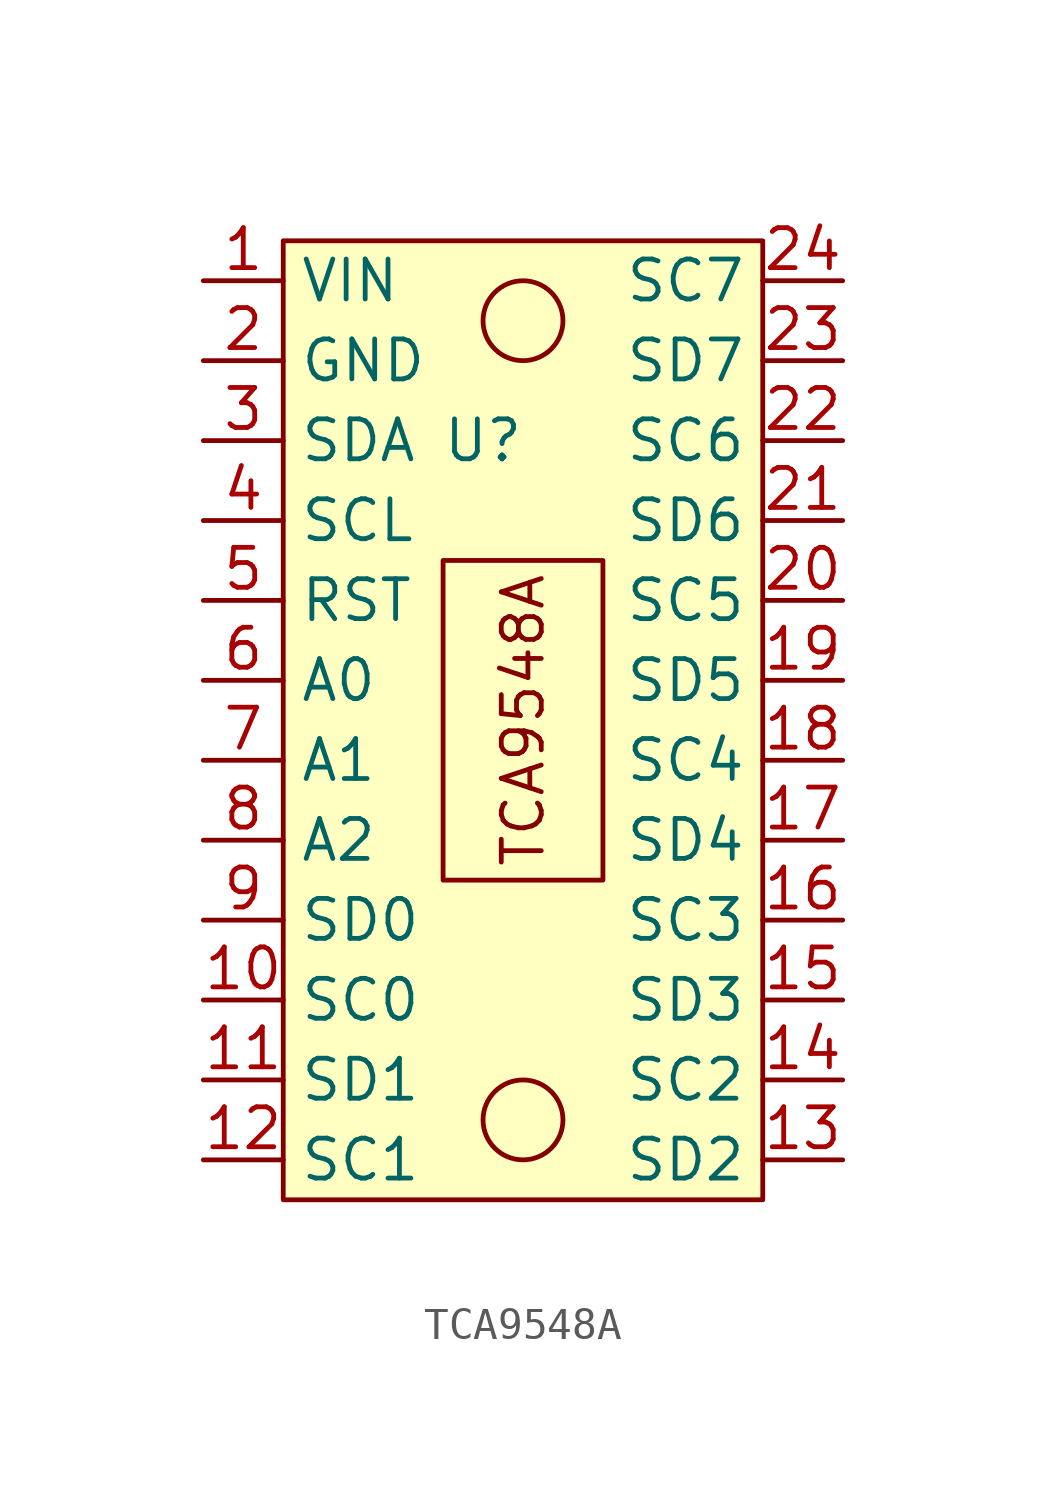
<source format=kicad_sym>
(kicad_symbol_lib
  (version 20220914)
  (generator kicad_symbol_editor)
  (symbol "TCA9548A"
    (property "Reference" "U"
      (at 6.35 -6.35 0)
      (effects (font (size 1.27 1.27))))
    (property "Value" ""
      (at 0 0 0)
      (effects (font (size 1.27 1.27))))
    (symbol "TCA9548A_0_1"
      (rectangle (start 5.08 -10.16) (end 10.16 -20.32) (stroke (width 0) (type default)) (fill (type none)))
      (circle (center 7.62 -27.94) (radius 1.27) (stroke (width 0) (type default)) (fill (type none)))
      (circle (center 7.62 -2.54) (radius 1.27) (stroke (width 0) (type default)) (fill (type none))))
    (symbol "TCA9548A_1_1"
      (rectangle (start 0 0) (end 15.24 -30.48) (stroke (width 0) (type default)) (fill (type background)))
      (text "TCA9548A" (at 7.62 -15.24 900) (effects (font (size 1.27 1.27))))
      (pin power_in line (at -2.54 -1.27 0) (length 2.54) (name "VIN" (effects (font (size 1.27 1.27)))) (number "1" (effects (font (size 1.27 1.27)))))
      (pin bidirectional line (at -2.54 -24.13 0) (length 2.54) (name "SC0" (effects (font (size 1.27 1.27)))) (number "10" (effects (font (size 1.27 1.27)))))
      (pin bidirectional line (at -2.54 -26.67 0) (length 2.54) (name "SD1" (effects (font (size 1.27 1.27)))) (number "11" (effects (font (size 1.27 1.27)))))
      (pin bidirectional line (at -2.54 -29.21 0) (length 2.54) (name "SC1" (effects (font (size 1.27 1.27)))) (number "12" (effects (font (size 1.27 1.27)))))
      (pin bidirectional line (at 17.78 -29.21 180) (length 2.54) (name "SD2" (effects (font (size 1.27 1.27)))) (number "13" (effects (font (size 1.27 1.27)))))
      (pin bidirectional line (at 17.78 -26.67 180) (length 2.54) (name "SC2" (effects (font (size 1.27 1.27)))) (number "14" (effects (font (size 1.27 1.27)))))
      (pin bidirectional line (at 17.78 -24.13 180) (length 2.54) (name "SD3" (effects (font (size 1.27 1.27)))) (number "15" (effects (font (size 1.27 1.27)))))
      (pin bidirectional line (at 17.78 -21.59 180) (length 2.54) (name "SC3" (effects (font (size 1.27 1.27)))) (number "16" (effects (font (size 1.27 1.27)))))
      (pin bidirectional line (at 17.78 -19.05 180) (length 2.54) (name "SD4" (effects (font (size 1.27 1.27)))) (number "17" (effects (font (size 1.27 1.27)))))
      (pin bidirectional line (at 17.78 -16.51 180) (length 2.54) (name "SC4" (effects (font (size 1.27 1.27)))) (number "18" (effects (font (size 1.27 1.27)))))
      (pin bidirectional line (at 17.78 -13.97 180) (length 2.54) (name "SD5" (effects (font (size 1.27 1.27)))) (number "19" (effects (font (size 1.27 1.27)))))
      (pin power_in line (at -2.54 -3.81 0) (length 2.54) (name "GND" (effects (font (size 1.27 1.27)))) (number "2" (effects (font (size 1.27 1.27)))))
      (pin bidirectional line (at 17.78 -11.43 180) (length 2.54) (name "SC5" (effects (font (size 1.27 1.27)))) (number "20" (effects (font (size 1.27 1.27)))))
      (pin bidirectional line (at 17.78 -8.89 180) (length 2.54) (name "SD6" (effects (font (size 1.27 1.27)))) (number "21" (effects (font (size 1.27 1.27)))))
      (pin bidirectional line (at 17.78 -6.35 180) (length 2.54) (name "SC6" (effects (font (size 1.27 1.27)))) (number "22" (effects (font (size 1.27 1.27)))))
      (pin bidirectional line (at 17.78 -3.81 180) (length 2.54) (name "SD7" (effects (font (size 1.27 1.27)))) (number "23" (effects (font (size 1.27 1.27)))))
      (pin bidirectional line (at 17.78 -1.27 180) (length 2.54) (name "SC7" (effects (font (size 1.27 1.27)))) (number "24" (effects (font (size 1.27 1.27)))))
      (pin bidirectional line (at -2.54 -6.35 0) (length 2.54) (name "SDA" (effects (font (size 1.27 1.27)))) (number "3" (effects (font (size 1.27 1.27)))))
      (pin bidirectional line (at -2.54 -8.89 0) (length 2.54) (name "SCL" (effects (font (size 1.27 1.27)))) (number "4" (effects (font (size 1.27 1.27)))))
      (pin input line (at -2.54 -11.43 0) (length 2.54) (name "RST" (effects (font (size 1.27 1.27)))) (number "5" (effects (font (size 1.27 1.27)))))
      (pin input line (at -2.54 -13.97 0) (length 2.54) (name "A0" (effects (font (size 1.27 1.27)))) (number "6" (effects (font (size 1.27 1.27)))))
      (pin input line (at -2.54 -16.51 0) (length 2.54) (name "A1" (effects (font (size 1.27 1.27)))) (number "7" (effects (font (size 1.27 1.27)))))
      (pin input line (at -2.54 -19.05 0) (length 2.54) (name "A2" (effects (font (size 1.27 1.27)))) (number "8" (effects (font (size 1.27 1.27)))))
      (pin bidirectional line (at -2.54 -21.59 0) (length 2.54) (name "SD0" (effects (font (size 1.27 1.27)))) (number "9" (effects (font (size 1.27 1.27))))))))
</source>
